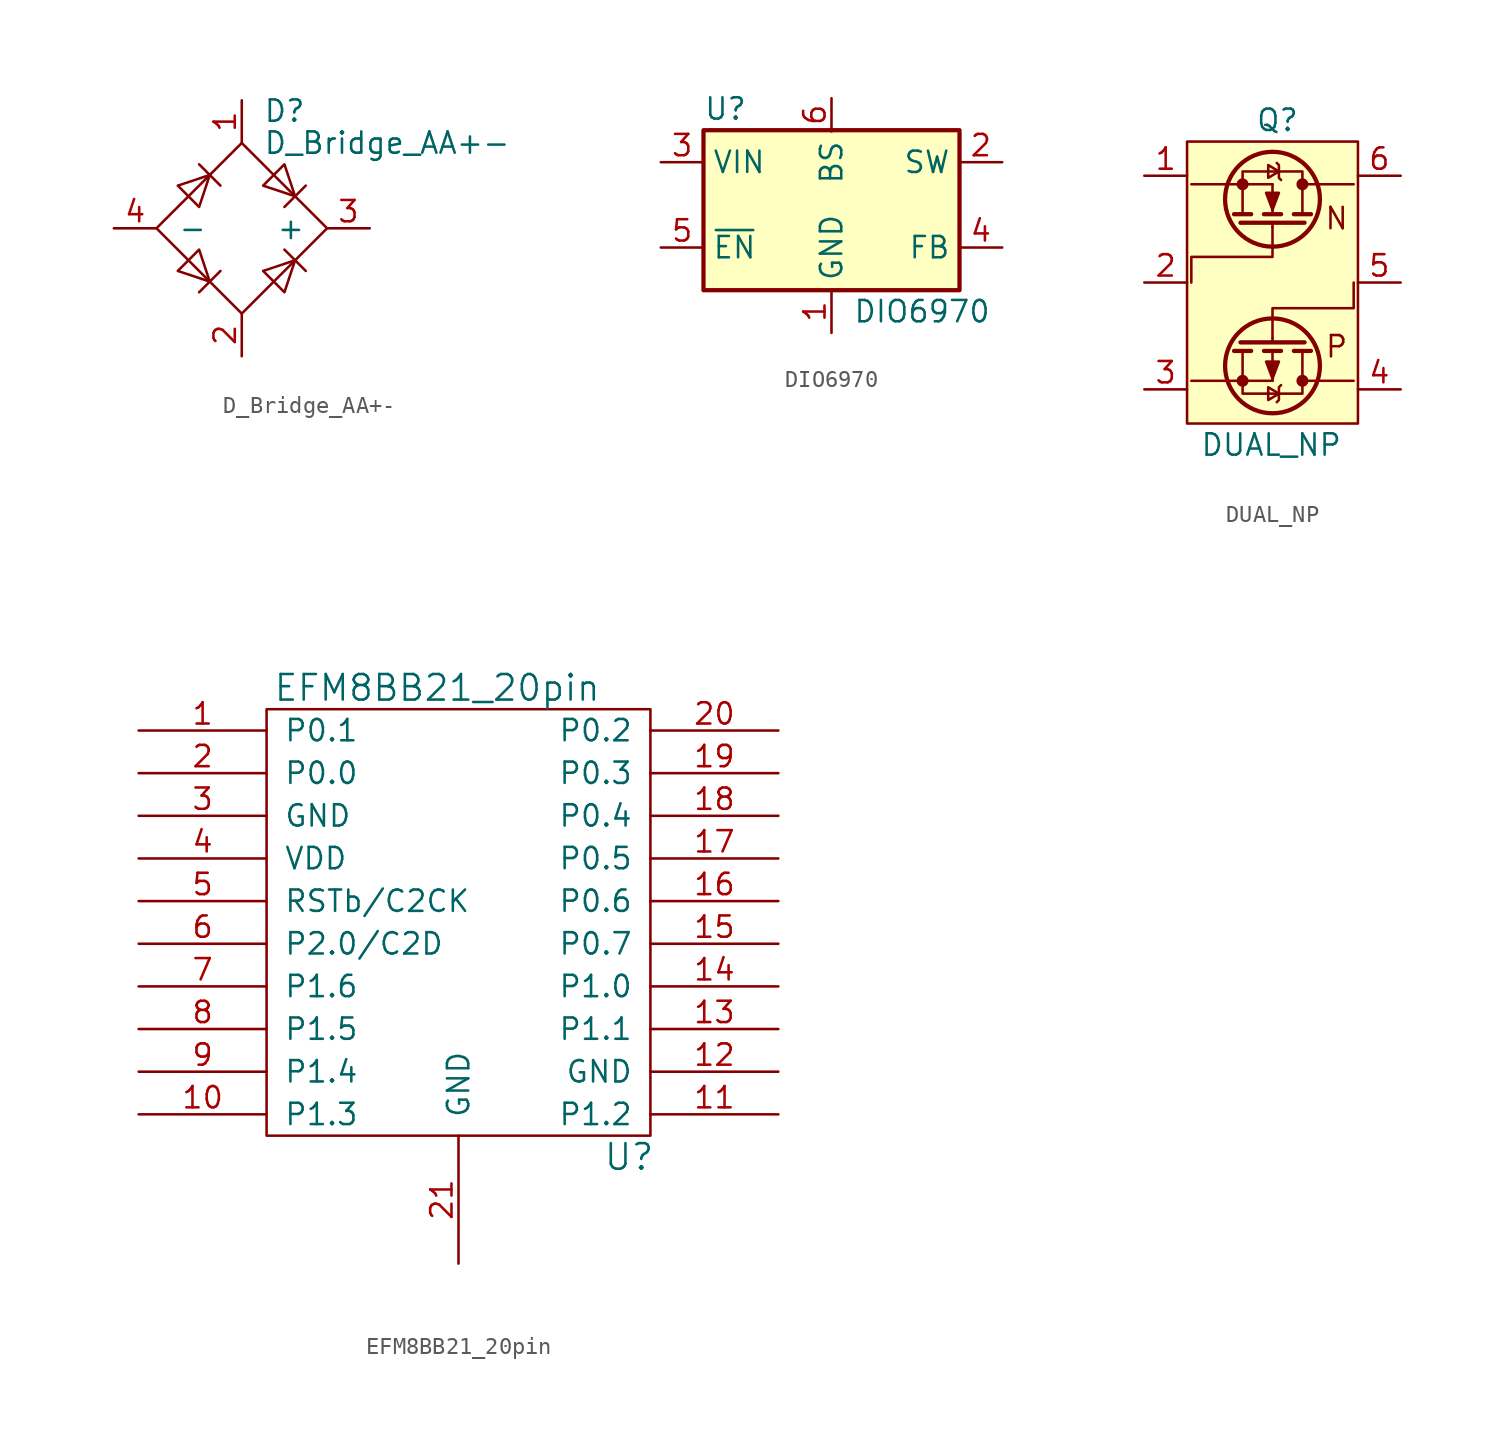
<source format=kicad_sym>
(kicad_symbol_lib
  (version 20211014)
  (generator kicad_symbol_editor)
  (symbol "D_Bridge_AA+-"
    (pin_names
      (offset 1.27))
    (property "Reference" "D"
      (at 1.27 6.985 0)
      (effects (font (size 1.27 1.27)) (justify left)))
    (property "Value" "D_Bridge_AA+-"
      (at 1.27 5.08 0)
      (effects (font (size 1.27 1.27)) (justify left)))
    (symbol "D_Bridge_AA+-_0_1"
      (polyline (pts (xy -2.54 3.81) (xy -1.27 2.54)) (stroke (width 0) (type default) (color 0 0 0 0)) (fill (type none)))
      (polyline (pts (xy -1.27 -2.54) (xy -2.54 -3.81)) (stroke (width 0) (type default) (color 0 0 0 0)) (fill (type none)))
      (polyline (pts (xy 2.54 -1.27) (xy 3.81 -2.54)) (stroke (width 0) (type default) (color 0 0 0 0)) (fill (type none)))
      (polyline (pts (xy 2.54 1.27) (xy 3.81 2.54)) (stroke (width 0) (type default) (color 0 0 0 0)) (fill (type none)))
      (polyline (pts (xy -3.81 2.54) (xy -2.54 1.27) (xy -1.905 3.175) (xy -3.81 2.54)) (stroke (width 0) (type default) (color 0 0 0 0)) (fill (type none)))
      (polyline (pts (xy -2.54 -1.27) (xy -3.81 -2.54) (xy -1.905 -3.175) (xy -2.54 -1.27)) (stroke (width 0) (type default) (color 0 0 0 0)) (fill (type none)))
      (polyline (pts (xy 1.27 2.54) (xy 2.54 3.81) (xy 3.175 1.905) (xy 1.27 2.54)) (stroke (width 0) (type default) (color 0 0 0 0)) (fill (type none)))
      (polyline (pts (xy 3.175 -1.905) (xy 1.27 -2.54) (xy 2.54 -3.81) (xy 3.175 -1.905)) (stroke (width 0) (type default) (color 0 0 0 0)) (fill (type none)))
      (polyline (pts (xy -5.08 0) (xy 0 -5.08) (xy 5.08 0) (xy 0 5.08) (xy -5.08 0)) (stroke (width 0) (type default) (color 0 0 0 0)) (fill (type none))))
    (symbol "D_Bridge_AA+-_1_1"
      (pin input line (at 0 7.62 270) (length 2.54) (name "~" (effects (font (size 1.27 1.27)))) (number "1" (effects (font (size 1.27 1.27)))))
      (pin input line (at 0 -7.62 90) (length 2.54) (name "~" (effects (font (size 1.27 1.27)))) (number "2" (effects (font (size 1.27 1.27)))))
      (pin input line (at 7.62 0 180) (length 2.54) (name "+" (effects (font (size 1.27 1.27)))) (number "3" (effects (font (size 1.27 1.27)))))
      (pin input line (at -7.62 0 0) (length 2.54) (name "-" (effects (font (size 1.27 1.27)))) (number "4" (effects (font (size 1.27 1.27)))))))
  (symbol "DIO6970"
    (property "Reference" "U"
      (at -7.62 5.715 0)
      (effects (font (size 1.27 1.27)) (justify left)))
    (property "Value" "DIO6970"
      (at 1.27 -6.35 0)
      (effects (font (size 1.27 1.27)) (justify left)))
    (symbol "DIO6970_0_1"
      (rectangle (start -7.62 4.445) (end 7.62 -5.08) (stroke (width 0.254) (type default) (color 0 0 0 0)) (fill (type background))))
    (symbol "DIO6970_1_1"
      (pin power_in line (at 0 -7.62 90) (length 2.54) (name "GND" (effects (font (size 1.27 1.27)))) (number "1" (effects (font (size 1.27 1.27)))))
      (pin output line (at 10.16 2.54 180) (length 2.54) (name "SW" (effects (font (size 1.27 1.27)))) (number "2" (effects (font (size 1.27 1.27)))))
      (pin power_in line (at -10.16 2.54 0) (length 2.54) (name "VIN" (effects (font (size 1.27 1.27)))) (number "3" (effects (font (size 1.27 1.27)))))
      (pin input line (at 10.16 -2.54 180) (length 2.54) (name "FB" (effects (font (size 1.27 1.27)))) (number "4" (effects (font (size 1.27 1.27)))))
      (pin input line (at -10.16 -2.54 0) (length 2.54) (name "~{EN}" (effects (font (size 1.27 1.27)))) (number "5" (effects (font (size 1.27 1.27)))))
      (pin power_in line (at 0 6.35 270) (length 1.981) (name "BS" (effects (font (size 1.27 1.27)))) (number "6" (effects (font (size 1.27 1.27)))))))
  (symbol "DUAL_NP"
    (pin_names
      (offset 0) hide)
    (property "Reference" "Q"
      (at -1.016 9.652 0)
      (effects (font (size 1.27 1.27)) (justify left)))
    (property "Value" "DUAL_NP"
      (at -4.318 -9.652 0)
      (effects (font (size 1.27 1.27)) (justify left)))
    (symbol "DUAL_NP_0_0"
      (text "N" (at 3.81 3.81 0) (effects (font (size 1.27 1.27))))
      (text "P" (at 3.81 -3.81 0) (effects (font (size 1.27 1.27)))))
    (symbol "DUAL_NP_0_1"
      (rectangle (start -5.08 8.382) (end 5.08 -8.382) (stroke (width 0) (type default) (color 0 0 0 0)) (fill (type background)))
      (circle (center -1.778 -5.842) (radius 0.279) (stroke (width 0) (type default) (color 0 0 0 0)) (fill (type outline)))
      (circle (center -1.778 5.842) (radius 0.279) (stroke (width 0) (type default) (color 0 0 0 0)) (fill (type outline)))
      (circle (center 0 -4.953) (radius 2.819) (stroke (width 0.254) (type default) (color 0 0 0 0)) (fill (type none)))
      (polyline (pts (xy -1.778 -5.842) (xy -4.826 -5.842)) (stroke (width 0) (type default) (color 0 0 0 0)) (fill (type none)))
      (polyline (pts (xy -1.778 -5.842) (xy 0 -5.842)) (stroke (width 0) (type default) (color 0 0 0 0)) (fill (type none)))
      (polyline (pts (xy -1.778 -4.064) (xy -1.778 -5.842)) (stroke (width 0) (type default) (color 0 0 0 0)) (fill (type none)))
      (polyline (pts (xy -1.778 4.064) (xy -1.778 5.842)) (stroke (width 0) (type default) (color 0 0 0 0)) (fill (type none)))
      (polyline (pts (xy -1.778 5.842) (xy -4.826 5.842)) (stroke (width 0) (type default) (color 0 0 0 0)) (fill (type none)))
      (polyline (pts (xy -1.778 5.842) (xy 0 5.842)) (stroke (width 0) (type default) (color 0 0 0 0)) (fill (type none)))
      (polyline (pts (xy -1.27 -4.064) (xy -2.286 -4.064)) (stroke (width 0.254) (type default) (color 0 0 0 0)) (fill (type none)))
      (polyline (pts (xy -1.27 4.064) (xy -2.286 4.064)) (stroke (width 0.254) (type default) (color 0 0 0 0)) (fill (type none)))
      (polyline (pts (xy 0 4.064) (xy 0 5.842)) (stroke (width 0) (type default) (color 0 0 0 0)) (fill (type none)))
      (polyline (pts (xy 0.508 -4.064) (xy -0.508 -4.064)) (stroke (width 0.254) (type default) (color 0 0 0 0)) (fill (type none)))
      (polyline (pts (xy 0.508 4.064) (xy -0.508 4.064)) (stroke (width 0.254) (type default) (color 0 0 0 0)) (fill (type none)))
      (polyline (pts (xy 1.778 -4.064) (xy 1.778 -5.842)) (stroke (width 0) (type default) (color 0 0 0 0)) (fill (type none)))
      (polyline (pts (xy 1.778 4.064) (xy 1.778 5.842)) (stroke (width 0) (type default) (color 0 0 0 0)) (fill (type none)))
      (polyline (pts (xy 2.286 -4.064) (xy 1.27 -4.064)) (stroke (width 0.254) (type default) (color 0 0 0 0)) (fill (type none)))
      (polyline (pts (xy 2.286 4.064) (xy 1.27 4.064)) (stroke (width 0.254) (type default) (color 0 0 0 0)) (fill (type none)))
      (polyline (pts (xy 4.826 -5.842) (xy 1.778 -5.842)) (stroke (width 0) (type default) (color 0 0 0 0)) (fill (type none)))
      (polyline (pts (xy 4.826 5.842) (xy 1.778 5.842)) (stroke (width 0) (type default) (color 0 0 0 0)) (fill (type none)))
      (polyline (pts (xy 1.905 -3.556) (xy -1.905 -3.556) (xy -1.905 -3.556)) (stroke (width 0.254) (type default) (color 0 0 0 0)) (fill (type none)))
      (polyline (pts (xy 1.905 3.556) (xy -1.905 3.556) (xy -1.905 3.556)) (stroke (width 0.254) (type default) (color 0 0 0 0)) (fill (type none)))
      (polyline (pts (xy -1.778 -5.842) (xy -1.778 -6.604) (xy 1.778 -6.604) (xy 1.778 -5.842)) (stroke (width 0) (type default) (color 0 0 0 0)) (fill (type none)))
      (polyline (pts (xy -1.778 5.842) (xy -1.778 6.604) (xy 1.778 6.604) (xy 1.778 5.842)) (stroke (width 0) (type default) (color 0 0 0 0)) (fill (type none)))
      (polyline (pts (xy 0 -5.715) (xy 0.381 -4.699) (xy -0.381 -4.699) (xy 0 -5.715)) (stroke (width 0) (type default) (color 0 0 0 0)) (fill (type outline)))
      (polyline (pts (xy 0 -3.302) (xy 0 -1.524) (xy 4.826 -1.524) (xy 4.826 0)) (stroke (width 0) (type default) (color 0 0 0 0)) (fill (type none)))
      (polyline (pts (xy 0 3.302) (xy 0 1.524) (xy -4.826 1.524) (xy -4.826 0)) (stroke (width 0) (type default) (color 0 0 0 0)) (fill (type none)))
      (polyline (pts (xy 0 4.318) (xy 0.381 5.334) (xy -0.381 5.334) (xy 0 4.318)) (stroke (width 0) (type default) (color 0 0 0 0)) (fill (type outline)))
      (polyline (pts (xy 0.381 -6.604) (xy -0.254 -6.223) (xy -0.254 -6.985) (xy 0.381 -6.604)) (stroke (width 0) (type default) (color 0 0 0 0)) (fill (type none)))
      (polyline (pts (xy 0.381 6.604) (xy -0.254 6.223) (xy -0.254 6.985) (xy 0.381 6.604)) (stroke (width 0) (type default) (color 0 0 0 0)) (fill (type none)))
      (polyline (pts (xy 0.508 -6.096) (xy 0.381 -6.223) (xy 0.381 -6.985) (xy 0.254 -7.112)) (stroke (width 0) (type default) (color 0 0 0 0)) (fill (type none)))
      (polyline (pts (xy 0.508 6.096) (xy 0.381 6.223) (xy 0.381 6.985) (xy 0.254 7.112)) (stroke (width 0) (type default) (color 0 0 0 0)) (fill (type none)))
      (circle (center 0 4.953) (radius 2.819) (stroke (width 0.254) (type default) (color 0 0 0 0)) (fill (type none)))
      (circle (center 1.778 -5.842) (radius 0.279) (stroke (width 0) (type default) (color 0 0 0 0)) (fill (type outline)))
      (circle (center 1.778 5.842) (radius 0.279) (stroke (width 0) (type default) (color 0 0 0 0)) (fill (type outline))))
    (symbol "DUAL_NP_1_1"
      (polyline (pts (xy 0 -4.064) (xy 0 -5.842)) (stroke (width 0) (type default) (color 0 0 0 0)) (fill (type none)))
      (polyline (pts (xy 0 -3.556) (xy 0 -3.302)) (stroke (width 0) (type default) (color 0 0 0 0)) (fill (type none)))
      (polyline (pts (xy 0 3.556) (xy 0 3.302)) (stroke (width 0) (type default) (color 0 0 0 0)) (fill (type none)))
      (pin passive line (at -7.62 6.35 0) (length 2.54) (name "S1" (effects (font (size 1.27 1.27)))) (number "1" (effects (font (size 1.27 1.27)))))
      (pin input line (at -7.62 0 0) (length 2.54) (name "G1" (effects (font (size 1.27 1.27)))) (number "2" (effects (font (size 1.27 1.27)))))
      (pin passive line (at -7.62 -6.35 0) (length 2.54) (name "D2" (effects (font (size 1.27 1.27)))) (number "3" (effects (font (size 1.27 1.27)))))
      (pin passive line (at 7.62 -6.35 180) (length 2.54) (name "S2" (effects (font (size 1.27 1.27)))) (number "4" (effects (font (size 1.27 1.27)))))
      (pin input line (at 7.62 0 180) (length 2.54) (name "G2" (effects (font (size 1.27 1.27)))) (number "5" (effects (font (size 1.27 1.27)))))
      (pin passive line (at 7.62 6.35 180) (length 2.54) (name "D1" (effects (font (size 1.27 1.27)))) (number "6" (effects (font (size 1.27 1.27)))))))
  (symbol "EFM8BB21_20pin"
    (pin_names
      (offset 1.016))
    (property "Reference" "U"
      (at 10.16 -17.78 0)
      (effects (font (size 1.524 1.524))))
    (property "Value" "EFM8BB21_20pin"
      (at -1.27 10.16 0)
      (effects (font (size 1.524 1.524))))
    (property "Footprint" ""
      (at -10.16 -5.08 0)
      (effects (font (size 1.524 1.524))))
    (property "Datasheet" ""
      (at -10.16 -5.08 0)
      (effects (font (size 1.524 1.524))))
    (symbol "EFM8BB21_20pin_0_1"
      (rectangle (start -11.43 8.89) (end 11.43 -16.51) (stroke (width 0) (type default) (color 0 0 0 0)) (fill (type none))))
    (symbol "EFM8BB21_20pin_1_1"
      (pin input line (at -19.05 7.62 0) (length 7.62) (name "P0.1" (effects (font (size 1.27 1.27)))) (number "1" (effects (font (size 1.27 1.27)))))
      (pin input line (at -19.05 -15.24 0) (length 7.62) (name "P1.3" (effects (font (size 1.27 1.27)))) (number "10" (effects (font (size 1.27 1.27)))))
      (pin input line (at 19.05 -15.24 180) (length 7.62) (name "P1.2" (effects (font (size 1.27 1.27)))) (number "11" (effects (font (size 1.27 1.27)))))
      (pin power_out line (at 19.05 -12.7 180) (length 7.62) (name "GND" (effects (font (size 1.27 1.27)))) (number "12" (effects (font (size 1.27 1.27)))))
      (pin input line (at 19.05 -10.16 180) (length 7.62) (name "P1.1" (effects (font (size 1.27 1.27)))) (number "13" (effects (font (size 1.27 1.27)))))
      (pin input line (at 19.05 -7.62 180) (length 7.62) (name "P1.0" (effects (font (size 1.27 1.27)))) (number "14" (effects (font (size 1.27 1.27)))))
      (pin input line (at 19.05 -5.08 180) (length 7.62) (name "P0.7" (effects (font (size 1.27 1.27)))) (number "15" (effects (font (size 1.27 1.27)))))
      (pin input line (at 19.05 -2.54 180) (length 7.62) (name "P0.6" (effects (font (size 1.27 1.27)))) (number "16" (effects (font (size 1.27 1.27)))))
      (pin input line (at 19.05 0 180) (length 7.62) (name "P0.5" (effects (font (size 1.27 1.27)))) (number "17" (effects (font (size 1.27 1.27)))))
      (pin input line (at 19.05 2.54 180) (length 7.62) (name "P0.4" (effects (font (size 1.27 1.27)))) (number "18" (effects (font (size 1.27 1.27)))))
      (pin input line (at 19.05 5.08 180) (length 7.62) (name "P0.3" (effects (font (size 1.27 1.27)))) (number "19" (effects (font (size 1.27 1.27)))))
      (pin input line (at -19.05 5.08 0) (length 7.62) (name "P0.0" (effects (font (size 1.27 1.27)))) (number "2" (effects (font (size 1.27 1.27)))))
      (pin input line (at 19.05 7.62 180) (length 7.62) (name "P0.2" (effects (font (size 1.27 1.27)))) (number "20" (effects (font (size 1.27 1.27)))))
      (pin power_out line (at 0 -24.13 90) (length 7.62) (name "GND" (effects (font (size 1.27 1.27)))) (number "21" (effects (font (size 1.27 1.27)))))
      (pin power_out line (at -19.05 2.54 0) (length 7.62) (name "GND" (effects (font (size 1.27 1.27)))) (number "3" (effects (font (size 1.27 1.27)))))
      (pin input line (at -19.05 0 0) (length 7.62) (name "VDD" (effects (font (size 1.27 1.27)))) (number "4" (effects (font (size 1.27 1.27)))))
      (pin input line (at -19.05 -2.54 0) (length 7.62) (name "RSTb/C2CK" (effects (font (size 1.27 1.27)))) (number "5" (effects (font (size 1.27 1.27)))))
      (pin input line (at -19.05 -5.08 0) (length 7.62) (name "P2.0/C2D" (effects (font (size 1.27 1.27)))) (number "6" (effects (font (size 1.27 1.27)))))
      (pin input line (at -19.05 -7.62 0) (length 7.62) (name "P1.6" (effects (font (size 1.27 1.27)))) (number "7" (effects (font (size 1.27 1.27)))))
      (pin input line (at -19.05 -10.16 0) (length 7.62) (name "P1.5" (effects (font (size 1.27 1.27)))) (number "8" (effects (font (size 1.27 1.27)))))
      (pin input line (at -19.05 -12.7 0) (length 7.62) (name "P1.4" (effects (font (size 1.27 1.27)))) (number "9" (effects (font (size 1.27 1.27))))))))
</source>
